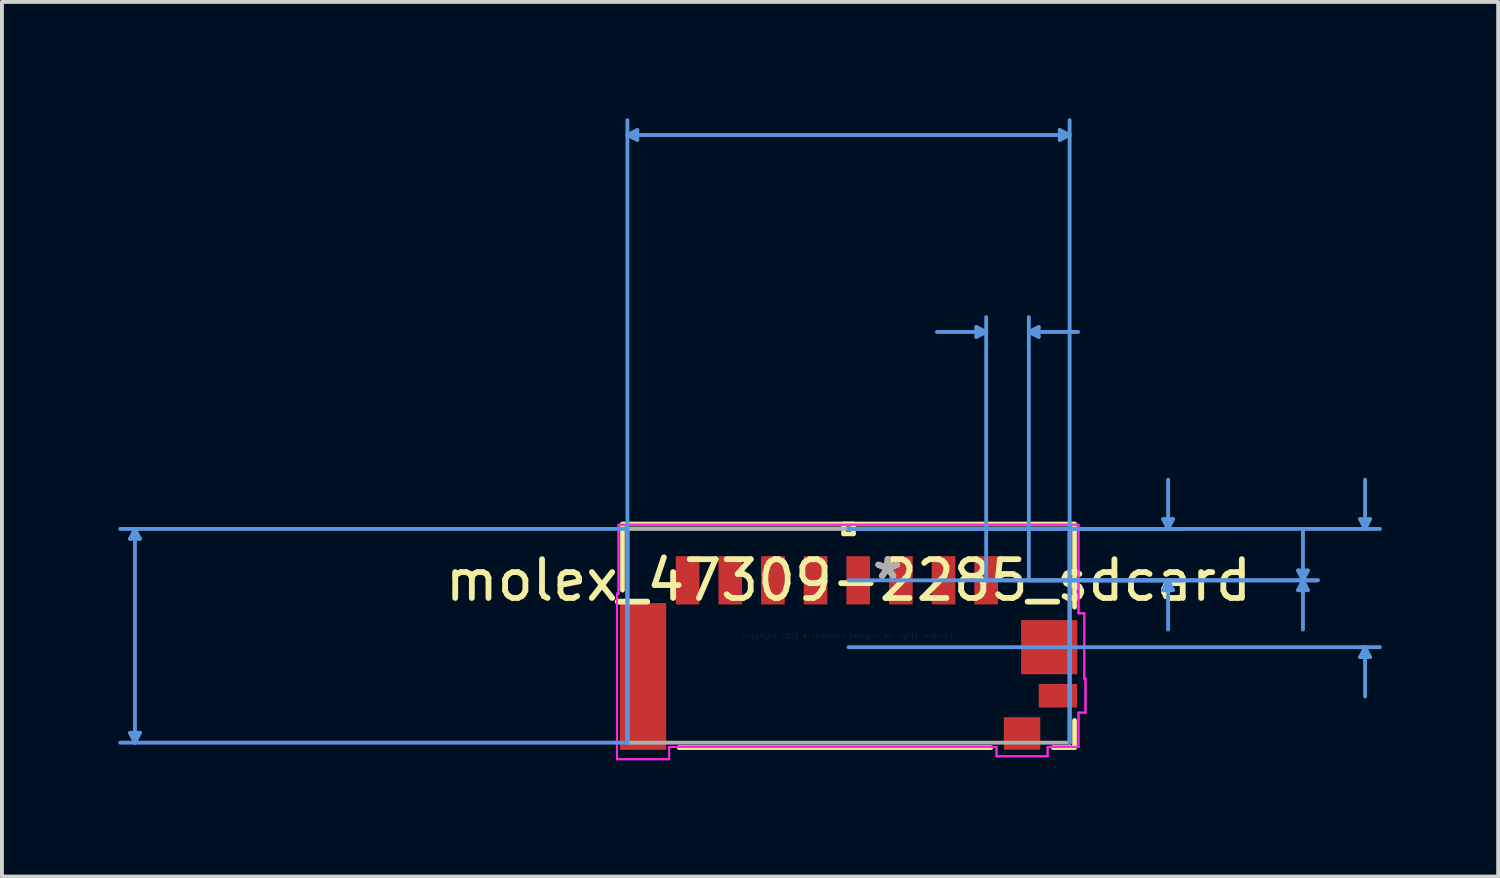
<source format=kicad_pcb>
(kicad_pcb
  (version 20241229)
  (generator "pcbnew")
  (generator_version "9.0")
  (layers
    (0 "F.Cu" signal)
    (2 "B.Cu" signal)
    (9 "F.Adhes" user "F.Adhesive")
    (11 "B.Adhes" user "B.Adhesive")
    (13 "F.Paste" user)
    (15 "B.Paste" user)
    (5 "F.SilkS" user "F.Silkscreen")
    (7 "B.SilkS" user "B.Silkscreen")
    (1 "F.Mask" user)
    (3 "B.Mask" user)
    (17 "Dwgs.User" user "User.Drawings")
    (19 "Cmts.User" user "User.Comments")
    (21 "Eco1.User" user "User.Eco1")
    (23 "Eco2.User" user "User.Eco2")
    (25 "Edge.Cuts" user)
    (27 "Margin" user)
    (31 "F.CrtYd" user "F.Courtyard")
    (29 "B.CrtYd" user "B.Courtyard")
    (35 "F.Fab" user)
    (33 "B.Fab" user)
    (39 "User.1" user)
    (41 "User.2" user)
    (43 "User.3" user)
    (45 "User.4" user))
  (footprint "molex_47309-2285_sdcard"
    (layer "F.Cu")
    (at 18.833 13.347)
    (property "Reference" "molex_47309-2285_sdcard" (at 0 -1.431 0) (layer "F.SilkS") (effects (font (size 1 1) (thickness 0.15))))
    (attr through_hole)
    (fp_line (start -5.829 -2.883) (end -5.829 -1.176) (stroke (width 0.12) (type solid)) (layer "F.SilkS"))
    (fp_line (start -4.37 2.883) (end 3.672 2.883) (stroke (width 0.12) (type solid)) (layer "F.SilkS"))
    (fp_line (start -0.127 -2.883) (end -0.127 -2.629) (stroke (width 0.12) (type solid)) (layer "F.SilkS"))
    (fp_line (start -0.127 -2.629) (end 0.127 -2.629) (stroke (width 0.12) (type solid)) (layer "F.SilkS"))
    (fp_line (start 0.127 -2.883) (end -0.127 -2.883) (stroke (width 0.12) (type solid)) (layer "F.SilkS"))
    (fp_line (start 0.127 -2.629) (end 0.127 -2.883) (stroke (width 0.12) (type solid)) (layer "F.SilkS"))
    (fp_line (start 5.278 2.883) (end 5.829 2.883) (stroke (width 0.12) (type solid)) (layer "F.SilkS"))
    (fp_line (start 5.829 -2.883) (end -5.829 -2.883) (stroke (width 0.12) (type solid)) (layer "F.SilkS"))
    (fp_line (start 5.829 -0.737) (end 5.829 -2.883) (stroke (width 0.12) (type solid)) (layer "F.SilkS"))
    (fp_line (start 5.829 2.883) (end 5.829 2.182) (stroke (width 0.12) (type solid)) (layer "F.SilkS"))
    (fp_line (start -18.529 -2.502) (end -18.275 -2.502) (stroke (width 0.1) (type solid)) (layer "Cmts.User"))
    (fp_line (start -18.529 2.502) (end -18.275 2.502) (stroke (width 0.1) (type solid)) (layer "Cmts.User"))
    (fp_line (start -18.402 -2.756) (end -18.529 -2.502) (stroke (width 0.1) (type solid)) (layer "Cmts.User"))
    (fp_line (start -18.402 -2.756) (end -18.402 2.756) (stroke (width 0.1) (type solid)) (layer "Cmts.User"))
    (fp_line (start -18.402 -2.756) (end -18.275 -2.502) (stroke (width 0.1) (type solid)) (layer "Cmts.User"))
    (fp_line (start -18.402 2.756) (end -18.529 2.502) (stroke (width 0.1) (type solid)) (layer "Cmts.User"))
    (fp_line (start -18.402 2.756) (end -18.275 2.502) (stroke (width 0.1) (type solid)) (layer "Cmts.User"))
    (fp_line (start -5.702 -12.916) (end -5.448 -13.043) (stroke (width 0.1) (type solid)) (layer "Cmts.User"))
    (fp_line (start -5.702 -12.916) (end -5.448 -12.789) (stroke (width 0.1) (type solid)) (layer "Cmts.User"))
    (fp_line (start -5.702 -12.916) (end 5.702 -12.916) (stroke (width 0.1) (type solid)) (layer "Cmts.User"))
    (fp_line (start -5.702 -2.756) (end -18.783 -2.756) (stroke (width 0.1) (type solid)) (layer "Cmts.User"))
    (fp_line (start -5.702 2.756) (end -18.783 2.756) (stroke (width 0.1) (type solid)) (layer "Cmts.User"))
    (fp_line (start -5.702 2.756) (end -5.702 -13.297) (stroke (width 0.1) (type solid)) (layer "Cmts.User"))
    (fp_line (start -5.448 -13.043) (end -5.448 -12.789) (stroke (width 0.1) (type solid)) (layer "Cmts.User"))
    (fp_line (start 0 -2.756) (end 8.623 -2.756) (stroke (width 0.1) (type solid)) (layer "Cmts.User"))
    (fp_line (start 0 -2.756) (end 13.703 -2.756) (stroke (width 0.1) (type solid)) (layer "Cmts.User"))
    (fp_line (start 0 -1.431) (end 8.623 -1.431) (stroke (width 0.1) (type solid)) (layer "Cmts.User"))
    (fp_line (start 0 0.294) (end 13.703 0.294) (stroke (width 0.1) (type solid)) (layer "Cmts.User"))
    (fp_line (start 3.296 -7.963) (end 3.296 -7.709) (stroke (width 0.1) (type solid)) (layer "Cmts.User"))
    (fp_line (start 3.55 -7.836) (end 2.28 -7.836) (stroke (width 0.1) (type solid)) (layer "Cmts.User"))
    (fp_line (start 3.55 -7.836) (end 3.296 -7.963) (stroke (width 0.1) (type solid)) (layer "Cmts.User"))
    (fp_line (start 3.55 -7.836) (end 3.296 -7.709) (stroke (width 0.1) (type solid)) (layer "Cmts.User"))
    (fp_line (start 3.55 -1.431) (end 3.55 -8.217) (stroke (width 0.1) (type solid)) (layer "Cmts.User"))
    (fp_line (start 3.55 -1.431) (end 12.101 -1.431) (stroke (width 0.1) (type solid)) (layer "Cmts.User"))
    (fp_line (start 4.65 -7.836) (end 4.904 -7.963) (stroke (width 0.1) (type solid)) (layer "Cmts.User"))
    (fp_line (start 4.65 -7.836) (end 4.904 -7.709) (stroke (width 0.1) (type solid)) (layer "Cmts.User"))
    (fp_line (start 4.65 -7.836) (end 5.92 -7.836) (stroke (width 0.1) (type solid)) (layer "Cmts.User"))
    (fp_line (start 4.65 -1.431) (end 4.65 -8.217) (stroke (width 0.1) (type solid)) (layer "Cmts.User"))
    (fp_line (start 4.65 -1.431) (end 12.101 -1.431) (stroke (width 0.1) (type solid)) (layer "Cmts.User"))
    (fp_line (start 4.904 -7.963) (end 4.904 -7.709) (stroke (width 0.1) (type solid)) (layer "Cmts.User"))
    (fp_line (start 5.448 -13.043) (end 5.448 -12.789) (stroke (width 0.1) (type solid)) (layer "Cmts.User"))
    (fp_line (start 5.702 -12.916) (end 5.448 -13.043) (stroke (width 0.1) (type solid)) (layer "Cmts.User"))
    (fp_line (start 5.702 -12.916) (end 5.448 -12.789) (stroke (width 0.1) (type solid)) (layer "Cmts.User"))
    (fp_line (start 5.702 2.756) (end 5.702 -13.297) (stroke (width 0.1) (type solid)) (layer "Cmts.User"))
    (fp_line (start 8.115 -3.01) (end 8.369 -3.01) (stroke (width 0.1) (type solid)) (layer "Cmts.User"))
    (fp_line (start 8.115 -1.177) (end 8.369 -1.177) (stroke (width 0.1) (type solid)) (layer "Cmts.User"))
    (fp_line (start 8.242 -2.756) (end 8.115 -3.01) (stroke (width 0.1) (type solid)) (layer "Cmts.User"))
    (fp_line (start 8.242 -2.756) (end 8.242 -4.026) (stroke (width 0.1) (type solid)) (layer "Cmts.User"))
    (fp_line (start 8.242 -2.756) (end 8.369 -3.01) (stroke (width 0.1) (type solid)) (layer "Cmts.User"))
    (fp_line (start 8.242 -1.431) (end 8.115 -1.177) (stroke (width 0.1) (type solid)) (layer "Cmts.User"))
    (fp_line (start 8.242 -1.431) (end 8.242 -0.161) (stroke (width 0.1) (type solid)) (layer "Cmts.User"))
    (fp_line (start 8.242 -1.431) (end 8.369 -1.177) (stroke (width 0.1) (type solid)) (layer "Cmts.User"))
    (fp_line (start 11.593 -1.685) (end 11.847 -1.685) (stroke (width 0.1) (type solid)) (layer "Cmts.User"))
    (fp_line (start 11.593 -1.177) (end 11.847 -1.177) (stroke (width 0.1) (type solid)) (layer "Cmts.User"))
    (fp_line (start 11.72 -1.431) (end 11.593 -1.685) (stroke (width 0.1) (type solid)) (layer "Cmts.User"))
    (fp_line (start 11.72 -1.431) (end 11.593 -1.177) (stroke (width 0.1) (type solid)) (layer "Cmts.User"))
    (fp_line (start 11.72 -1.431) (end 11.72 -2.701) (stroke (width 0.1) (type solid)) (layer "Cmts.User"))
    (fp_line (start 11.72 -1.431) (end 11.72 -0.161) (stroke (width 0.1) (type solid)) (layer "Cmts.User"))
    (fp_line (start 11.72 -1.431) (end 11.847 -1.685) (stroke (width 0.1) (type solid)) (layer "Cmts.User"))
    (fp_line (start 11.72 -1.431) (end 11.847 -1.177) (stroke (width 0.1) (type solid)) (layer "Cmts.User"))
    (fp_line (start 13.195 -3.01) (end 13.449 -3.01) (stroke (width 0.1) (type solid)) (layer "Cmts.User"))
    (fp_line (start 13.195 0.548) (end 13.449 0.548) (stroke (width 0.1) (type solid)) (layer "Cmts.User"))
    (fp_line (start 13.322 -2.756) (end 13.195 -3.01) (stroke (width 0.1) (type solid)) (layer "Cmts.User"))
    (fp_line (start 13.322 -2.756) (end 13.322 -4.026) (stroke (width 0.1) (type solid)) (layer "Cmts.User"))
    (fp_line (start 13.322 -2.756) (end 13.449 -3.01) (stroke (width 0.1) (type solid)) (layer "Cmts.User"))
    (fp_line (start 13.322 0.294) (end 13.195 0.548) (stroke (width 0.1) (type solid)) (layer "Cmts.User"))
    (fp_line (start 13.322 0.294) (end 13.322 1.564) (stroke (width 0.1) (type solid)) (layer "Cmts.User"))
    (fp_line (start 13.322 0.294) (end 13.449 0.548) (stroke (width 0.1) (type solid)) (layer "Cmts.User"))
    (fp_line (start -5.973 -1.085) (end -5.973 3.184) (stroke (width 0.05) (type solid)) (layer "F.CrtYd"))
    (fp_line (start -5.973 -1.085) (end -5.973 3.184) (stroke (width 0.05) (type solid)) (layer "F.CrtYd"))
    (fp_line (start -5.973 3.184) (end -4.627 3.184) (stroke (width 0.05) (type solid)) (layer "F.CrtYd"))
    (fp_line (start -5.973 3.184) (end -4.627 3.184) (stroke (width 0.05) (type solid)) (layer "F.CrtYd"))
    (fp_line (start -5.931 -2.866) (end -5.931 -1.085) (stroke (width 0.05) (type solid)) (layer "F.CrtYd"))
    (fp_line (start -5.931 -2.866) (end -5.931 -1.085) (stroke (width 0.05) (type solid)) (layer "F.CrtYd"))
    (fp_line (start -5.931 -1.085) (end -5.973 -1.085) (stroke (width 0.05) (type solid)) (layer "F.CrtYd"))
    (fp_line (start -5.931 -1.085) (end -5.973 -1.085) (stroke (width 0.05) (type solid)) (layer "F.CrtYd"))
    (fp_line (start -4.627 2.866) (end 3.816 2.866) (stroke (width 0.05) (type solid)) (layer "F.CrtYd"))
    (fp_line (start -4.627 2.866) (end 3.816 2.866) (stroke (width 0.05) (type solid)) (layer "F.CrtYd"))
    (fp_line (start -4.627 3.184) (end -4.627 2.866) (stroke (width 0.05) (type solid)) (layer "F.CrtYd"))
    (fp_line (start -4.627 3.184) (end -4.627 2.866) (stroke (width 0.05) (type solid)) (layer "F.CrtYd"))
    (fp_line (start 3.816 2.866) (end 3.816 3.107) (stroke (width 0.05) (type solid)) (layer "F.CrtYd"))
    (fp_line (start 3.816 2.866) (end 3.816 3.107) (stroke (width 0.05) (type solid)) (layer "F.CrtYd"))
    (fp_line (start 3.816 3.107) (end 5.134 3.107) (stroke (width 0.05) (type solid)) (layer "F.CrtYd"))
    (fp_line (start 3.816 3.107) (end 5.134 3.107) (stroke (width 0.05) (type solid)) (layer "F.CrtYd"))
    (fp_line (start 5.134 2.866) (end 5.931 2.866) (stroke (width 0.05) (type solid)) (layer "F.CrtYd"))
    (fp_line (start 5.134 2.866) (end 5.931 2.866) (stroke (width 0.05) (type solid)) (layer "F.CrtYd"))
    (fp_line (start 5.134 3.107) (end 5.134 2.866) (stroke (width 0.05) (type solid)) (layer "F.CrtYd"))
    (fp_line (start 5.134 3.107) (end 5.134 2.866) (stroke (width 0.05) (type solid)) (layer "F.CrtYd"))
    (fp_line (start 5.931 2.866) (end 5.931 1.982) (stroke (width 0.05) (type solid)) (layer "F.CrtYd"))
    (fp_line (start 5.931 2.866) (end 5.931 1.982) (stroke (width 0.05) (type solid)) (layer "F.CrtYd"))
    (fp_line (start 5.931 -2.866) (end -5.931 -2.866) (stroke (width 0.05) (type solid)) (layer "F.CrtYd"))
    (fp_line (start 5.931 -2.866) (end -5.931 -2.866) (stroke (width 0.05) (type solid)) (layer "F.CrtYd"))
    (fp_line (start 5.931 -0.581) (end 5.931 -2.866) (stroke (width 0.05) (type solid)) (layer "F.CrtYd"))
    (fp_line (start 5.931 -0.581) (end 5.931 -2.866) (stroke (width 0.05) (type solid)) (layer "F.CrtYd"))
    (fp_line (start 5.931 1.982) (end 6.112 1.982) (stroke (width 0.05) (type solid)) (layer "F.CrtYd"))
    (fp_line (start 5.931 1.982) (end 6.112 1.982) (stroke (width 0.05) (type solid)) (layer "F.CrtYd"))
    (fp_line (start 6.081 -0.581) (end 5.931 -0.581) (stroke (width 0.05) (type solid)) (layer "F.CrtYd"))
    (fp_line (start 6.081 -0.581) (end 5.931 -0.581) (stroke (width 0.05) (type solid)) (layer "F.CrtYd"))
    (fp_line (start 6.081 1.106) (end 6.081 -0.581) (stroke (width 0.05) (type solid)) (layer "F.CrtYd"))
    (fp_line (start 6.081 1.106) (end 6.081 -0.581) (stroke (width 0.05) (type solid)) (layer "F.CrtYd"))
    (fp_line (start 6.112 1.106) (end 6.081 1.106) (stroke (width 0.05) (type solid)) (layer "F.CrtYd"))
    (fp_line (start 6.112 1.106) (end 6.081 1.106) (stroke (width 0.05) (type solid)) (layer "F.CrtYd"))
    (fp_line (start 6.112 1.982) (end 6.112 1.106) (stroke (width 0.05) (type solid)) (layer "F.CrtYd"))
    (fp_line (start 6.112 1.982) (end 6.112 1.106) (stroke (width 0.05) (type solid)) (layer "F.CrtYd"))
    (fp_line (start -5.702 -2.756) (end -5.702 2.756) (stroke (width 0.1) (type solid)) (layer "F.Fab"))
    (fp_line (start -5.702 2.756) (end 5.702 2.756) (stroke (width 0.1) (type solid)) (layer "F.Fab"))
    (fp_line (start 0 -2.756) (end 0 -2.756) (stroke (width 0.1) (type solid)) (layer "F.Fab"))
    (fp_line (start 0 -2.756) (end 0 -2.756) (stroke (width 0.1) (type solid)) (layer "F.Fab"))
    (fp_line (start 0 -2.756) (end 0 -2.756) (stroke (width 0.1) (type solid)) (layer "F.Fab"))
    (fp_line (start 0 -2.756) (end 0 -2.756) (stroke (width 0.1) (type solid)) (layer "F.Fab"))
    (fp_line (start 5.702 -2.756) (end -5.702 -2.756) (stroke (width 0.1) (type solid)) (layer "F.Fab"))
    (fp_line (start 5.702 2.756) (end 5.702 -2.756) (stroke (width 0.1) (type solid)) (layer "F.Fab"))
    (fp_text user "*" (at 1.01 -1.431 0) (layer "F.SilkS") (effects (font (size 1 1) (thickness 0.15))))
    (fp_text user "*" (at 1.01 -1.431 0) (layer "F.SilkS") (effects (font (size 1 1) (thickness 0.15))))
    (fp_text user "Copyright 2021 Accelerated Designs. All rights reserved." (at 0 0 0) (layer "Cmts.User") (effects (font (size 0.127 0.127) (thickness 0.002))))
    (fp_text user "*" (at 1.01 -1.431 0) (layer "F.Fab") (effects (font (size 1 1) (thickness 0.15))))
    (fp_text user "*" (at 1.01 -1.431 0) (layer "F.Fab") (effects (font (size 1 1) (thickness 0.15))))
    (pad "G1" smd rect (at -5.3 1.049) (size 1.194 3.785) (layers "F.Cu" "F.Mask" "F.Paste"))
    (pad "G2" smd rect (at 5.175 0.294) (size 1.448 1.397) (layers "F.Cu" "F.Mask" "F.Paste"))
    (pad "G3" smd rect (at 5.4 1.544) (size 0.991 0.61) (layers "F.Cu" "F.Mask" "F.Paste"))
    (pad "G4" smd rect (at 4.475 2.519) (size 0.94 0.838) (layers "F.Cu" "F.Mask" "F.Paste"))
    (pad "P1" smd rect (at 3.55 -1.431) (size 0.61 1.245) (layers "F.Cu" "F.Mask" "F.Paste"))
    (pad "P2" smd rect (at 2.45 -1.431) (size 0.61 1.245) (layers "F.Cu" "F.Mask" "F.Paste"))
    (pad "P3" smd rect (at 1.35 -1.431) (size 0.61 1.245) (layers "F.Cu" "F.Mask" "F.Paste"))
    (pad "P4" smd rect (at 0.25 -1.431) (size 0.61 1.245) (layers "F.Cu" "F.Mask" "F.Paste"))
    (pad "P5" smd rect (at -0.85 -1.431) (size 0.61 1.245) (layers "F.Cu" "F.Mask" "F.Paste"))
    (pad "P6" smd rect (at -1.95 -1.431) (size 0.61 1.245) (layers "F.Cu" "F.Mask" "F.Paste"))
    (pad "P7" smd rect (at -3.05 -1.431) (size 0.61 1.245) (layers "F.Cu" "F.Mask" "F.Paste"))
    (pad "P8" smd rect (at -4.15 -1.431) (size 0.61 1.245) (layers "F.Cu" "F.Mask" "F.Paste")))
  (gr_rect
    (start -3 -3)
    (end 35.587 19.556)
    (stroke (width 0.1) (type default))
    (fill no)
    (layer "Edge.Cuts")))
</source>
